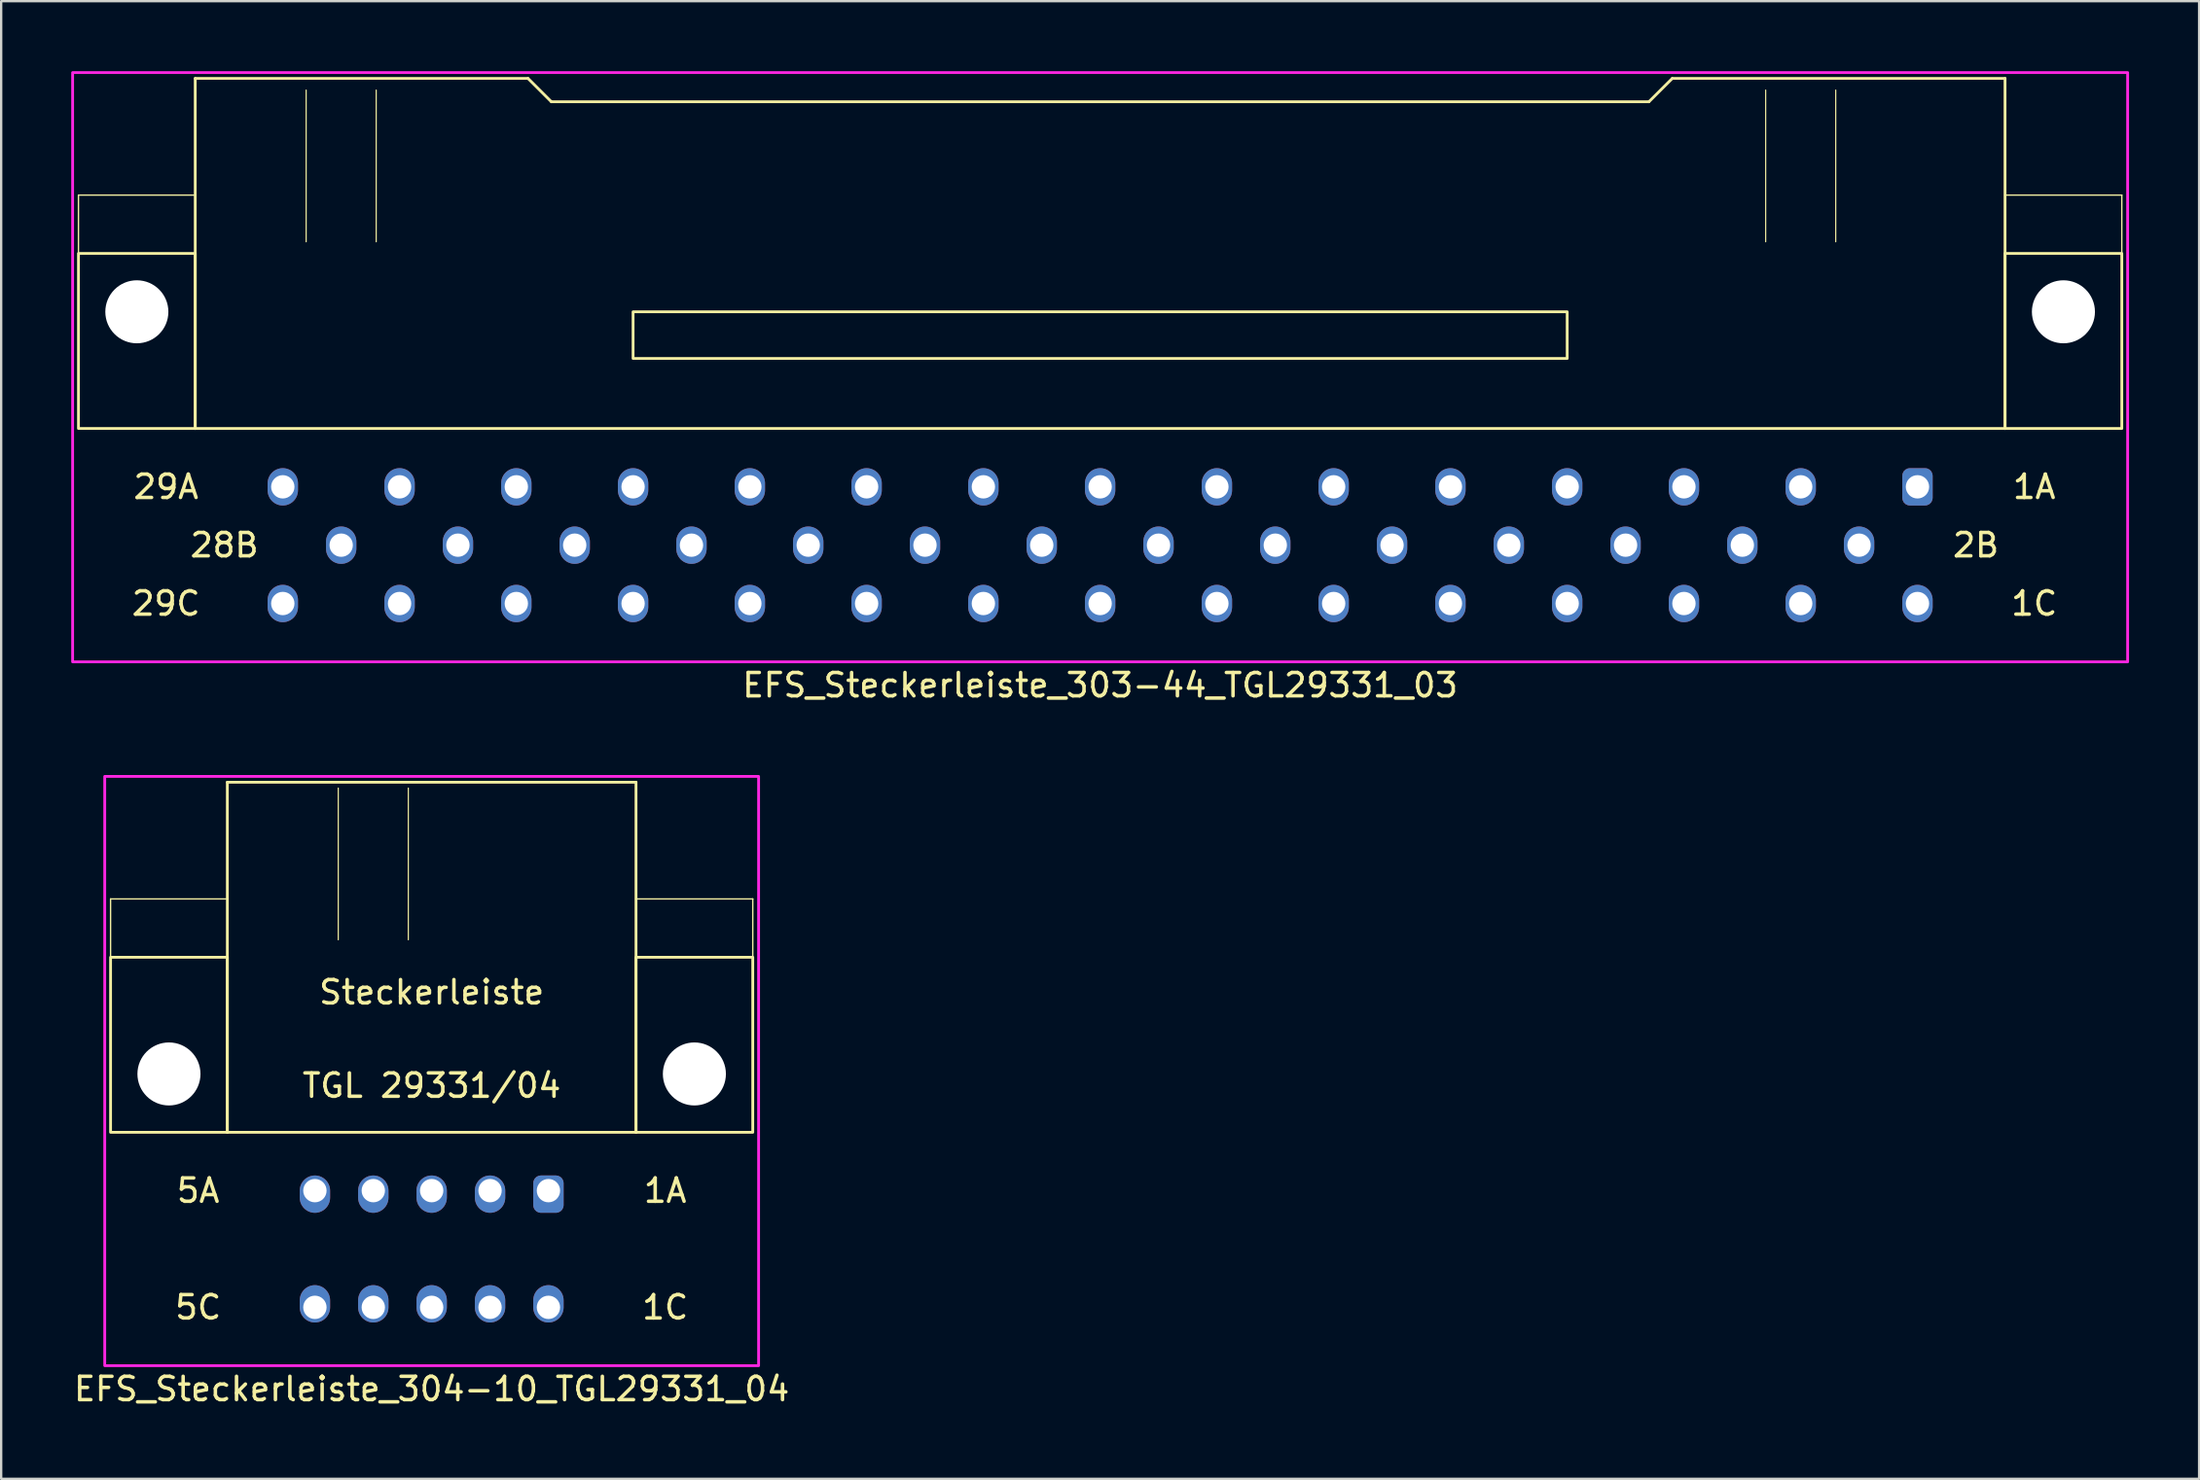
<source format=kicad_pcb>
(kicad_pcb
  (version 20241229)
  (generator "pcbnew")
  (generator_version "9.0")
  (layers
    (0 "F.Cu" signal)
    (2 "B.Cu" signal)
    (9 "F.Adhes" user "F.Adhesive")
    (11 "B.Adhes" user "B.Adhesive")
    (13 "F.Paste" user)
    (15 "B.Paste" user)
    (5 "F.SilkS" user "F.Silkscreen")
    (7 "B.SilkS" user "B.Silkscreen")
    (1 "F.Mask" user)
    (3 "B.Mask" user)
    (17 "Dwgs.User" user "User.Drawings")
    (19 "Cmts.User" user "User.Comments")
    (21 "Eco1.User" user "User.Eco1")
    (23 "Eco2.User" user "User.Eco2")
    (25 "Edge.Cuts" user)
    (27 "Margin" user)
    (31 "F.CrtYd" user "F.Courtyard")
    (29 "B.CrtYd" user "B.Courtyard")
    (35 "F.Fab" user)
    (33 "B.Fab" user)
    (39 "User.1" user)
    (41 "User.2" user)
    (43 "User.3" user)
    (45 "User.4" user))
  (footprint "EFS_Steckerleiste_304-10_TGL29331_04"
    (layer "F.Cu")
    (at 15.435 35.468)
    (property "Reference" "EFS_Steckerleiste_304-10_TGL29331_04" (at 0 21 180) (layer "F.SilkS") (effects (font (size 1 1) (thickness 0.15))))
    (attr through_hole)
    (fp_line (start -13.75 0) (end -13.75 2.5) (stroke (width 0.06) (type solid)) (layer "F.SilkS"))
    (fp_line (start -8.75 -5) (end -8.75 10) (stroke (width 0.12) (type solid)) (layer "F.SilkS"))
    (fp_line (start -8.75 -5) (end 8.75 -5) (stroke (width 0.12) (type solid)) (layer "F.SilkS"))
    (fp_line (start -8.75 0) (end -13.75 0) (stroke (width 0.06) (type solid)) (layer "F.SilkS"))
    (fp_line (start -8.75 10) (end 8.75 10) (stroke (width 0.12) (type solid)) (layer "F.SilkS"))
    (fp_line (start -4 -4.75) (end -4 1.75) (stroke (width 0.05) (type solid)) (layer "F.SilkS"))
    (fp_line (start -1 -4.75) (end -1 1.75) (stroke (width 0.05) (type solid)) (layer "F.SilkS"))
    (fp_line (start 8.75 10) (end 8.75 -5) (stroke (width 0.12) (type solid)) (layer "F.SilkS"))
    (fp_line (start 13.75 0) (end 8.75 0) (stroke (width 0.06) (type solid)) (layer "F.SilkS"))
    (fp_line (start 13.75 0) (end 13.75 2.5) (stroke (width 0.06) (type solid)) (layer "F.SilkS"))
    (fp_rect (start -8.75 10) (end -13.75 2.5) (stroke (width 0.12) (type solid)) (fill no) (layer "F.SilkS"))
    (fp_rect (start 13.75 10) (end 8.75 2.5) (stroke (width 0.12) (type solid)) (fill no) (layer "F.SilkS"))
    (fp_rect (start -14 -5.25) (end 14 20) (stroke (width 0.12) (type solid)) (fill no) (layer "F.CrtYd"))
    (fp_text user "Steckerleiste" (at 0 4 0) (unlocked yes) (layer "F.SilkS") (effects (font (size 1 1) (thickness 0.15))))
    (fp_text user "1A" (at 10 12.5 0) (layer "F.SilkS") (effects (font (size 1 1) (thickness 0.15))))
    (fp_text user "5A" (at -10 12.5 0) (layer "F.SilkS") (effects (font (size 1 1) (thickness 0.15))))
    (fp_text user "TGL 29331/04" (at 0 8 0) (unlocked yes) (layer "F.SilkS") (effects (font (size 1 1) (thickness 0.15))))
    (fp_text user "1C" (at 10 17.5 0) (layer "F.SilkS") (effects (font (size 1 1) (thickness 0.15))))
    (fp_text user "5C" (at -10 17.5 0) (layer "F.SilkS") (effects (font (size 1 1) (thickness 0.15))))
    (pad "" np_thru_hole circle (at -11.25 7.5) (size 2.7 2.7) (drill 2.7) (layers "*.Cu" "*.Mask"))
    (pad "" np_thru_hole circle (at 11.25 7.5) (size 2.7 2.7) (drill 2.7) (layers "*.Cu" "*.Mask"))
    (pad "1a" thru_hole roundrect (at 5 12.5 180) (size 1.3 1.6) (drill 1 (offset 0 -0.15)) (layers "*.Cu" "*.Mask") (roundrect_rratio 0.25))
    (pad "1c" thru_hole oval (at 5 17.5 180) (size 1.3 1.6) (drill 1 (offset 0 0.15)) (layers "*.Cu" "*.Mask"))
    (pad "2a" thru_hole oval (at 2.5 12.5 180) (size 1.3 1.6) (drill 1 (offset 0 -0.15)) (layers "*.Cu" "*.Mask"))
    (pad "2c" thru_hole oval (at 2.5 17.5 180) (size 1.3 1.6) (drill 1 (offset 0 0.15)) (layers "*.Cu" "*.Mask"))
    (pad "3a" thru_hole oval (at 0 12.5 180) (size 1.3 1.6) (drill 1 (offset 0 -0.15)) (layers "*.Cu" "*.Mask"))
    (pad "3c" thru_hole oval (at 0 17.5 180) (size 1.3 1.6) (drill 1 (offset 0 0.15)) (layers "*.Cu" "*.Mask"))
    (pad "4a" thru_hole oval (at -2.5 12.5 180) (size 1.3 1.6) (drill 1 (offset 0 -0.15)) (layers "*.Cu" "*.Mask"))
    (pad "4c" thru_hole oval (at -2.5 17.5 180) (size 1.3 1.6) (drill 1 (offset 0 0.15)) (layers "*.Cu" "*.Mask"))
    (pad "5a" thru_hole oval (at -5 12.5 180) (size 1.3 1.6) (drill 1 (offset 0 -0.15)) (layers "*.Cu" "*.Mask"))
    (pad "5c" thru_hole oval (at -5 17.5 180) (size 1.3 1.6) (drill 1 (offset 0 0.15)) (layers "*.Cu" "*.Mask")))
  (footprint "EFS_Steckerleiste_303-44_TGL29331_03"
    (layer "F.Cu")
    (at 44.06 5.31)
    (property "Reference" "EFS_Steckerleiste_303-44_TGL29331_03" (at 0 21 180) (layer "F.SilkS") (effects (font (size 1 1) (thickness 0.15))))
    (attr through_hole)
    (fp_line (start -43.75 0) (end -43.75 2.5) (stroke (width 0.06) (type solid)) (layer "F.SilkS"))
    (fp_line (start -38.75 -5) (end -38.75 10) (stroke (width 0.12) (type solid)) (layer "F.SilkS"))
    (fp_line (start -38.75 -5) (end -24.5 -5) (stroke (width 0.12) (type solid)) (layer "F.SilkS"))
    (fp_line (start -38.75 0) (end -43.75 0) (stroke (width 0.06) (type solid)) (layer "F.SilkS"))
    (fp_line (start -38.75 10) (end 38.75 10) (stroke (width 0.12) (type solid)) (layer "F.SilkS"))
    (fp_line (start -34 -4.5) (end -34 2) (stroke (width 0.05) (type solid)) (layer "F.SilkS"))
    (fp_line (start -31 -4.5) (end -31 2) (stroke (width 0.05) (type solid)) (layer "F.SilkS"))
    (fp_line (start -24.5 -5) (end -23.5 -4) (stroke (width 0.12) (type solid)) (layer "F.SilkS"))
    (fp_line (start -23.5 -4) (end 23.5 -4) (stroke (width 0.12) (type solid)) (layer "F.SilkS"))
    (fp_line (start 24.5 -5) (end 23.5 -4) (stroke (width 0.12) (type solid)) (layer "F.SilkS"))
    (fp_line (start 28.5 -4.5) (end 28.5 2) (stroke (width 0.05) (type solid)) (layer "F.SilkS"))
    (fp_line (start 31.5 -4.5) (end 31.5 2) (stroke (width 0.05) (type solid)) (layer "F.SilkS"))
    (fp_line (start 38.75 -5) (end 24.5 -5) (stroke (width 0.12) (type solid)) (layer "F.SilkS"))
    (fp_line (start 38.75 10) (end 38.75 -5) (stroke (width 0.12) (type solid)) (layer "F.SilkS"))
    (fp_line (start 43.75 0) (end 38.75 0) (stroke (width 0.06) (type solid)) (layer "F.SilkS"))
    (fp_line (start 43.75 0) (end 43.75 2.5) (stroke (width 0.06) (type solid)) (layer "F.SilkS"))
    (fp_rect (start -38.75 10) (end -43.75 2.5) (stroke (width 0.12) (type solid)) (fill no) (layer "F.SilkS"))
    (fp_rect (start -20 7) (end 20 5) (stroke (width 0.12) (type solid)) (fill no) (layer "F.SilkS"))
    (fp_rect (start 43.75 10) (end 38.75 2.5) (stroke (width 0.12) (type solid)) (fill no) (layer "F.SilkS"))
    (fp_rect (start -44 -5.25) (end 44 20) (stroke (width 0.12) (type solid)) (fill no) (layer "F.CrtYd"))
    (fp_text user "1C" (at 40 17.5 0) (layer "F.SilkS") (effects (font (size 1 1) (thickness 0.15))))
    (fp_text user "29A" (at -40 12.5 0) (layer "F.SilkS") (effects (font (size 1 1) (thickness 0.15))))
    (fp_text user "29C" (at -40 17.5 0) (layer "F.SilkS") (effects (font (size 1 1) (thickness 0.15))))
    (fp_text user "2B" (at 37.5 15 0) (layer "F.SilkS") (effects (font (size 1 1) (thickness 0.15))))
    (fp_text user "28B" (at -37.5 15 0) (layer "F.SilkS") (effects (font (size 1 1) (thickness 0.15))))
    (fp_text user "1A" (at 40 12.5 0) (layer "F.SilkS") (effects (font (size 1 1) (thickness 0.15))))
    (pad "" np_thru_hole circle (at -41.25 5) (size 2.7 2.7) (drill 2.7) (layers "*.Cu" "*.Mask"))
    (pad "" np_thru_hole circle (at 41.25 5) (size 2.7 2.7) (drill 2.7) (layers "*.Cu" "*.Mask"))
    (pad "1a" thru_hole roundrect (at 35 12.5) (size 1.3 1.6) (drill 1) (layers "*.Cu" "*.Mask") (roundrect_rratio 0.25))
    (pad "1c" thru_hole oval (at 35 17.5) (size 1.3 1.6) (drill 1) (layers "*.Cu" "*.Mask"))
    (pad "2b" thru_hole oval (at 32.5 15) (size 1.3 1.6) (drill 1) (layers "*.Cu" "*.Mask"))
    (pad "3a" thru_hole oval (at 30 12.5) (size 1.3 1.6) (drill 1) (layers "*.Cu" "*.Mask"))
    (pad "3c" thru_hole oval (at 30 17.5) (size 1.3 1.6) (drill 1) (layers "*.Cu" "*.Mask"))
    (pad "4b" thru_hole oval (at 27.5 15) (size 1.3 1.6) (drill 1) (layers "*.Cu" "*.Mask"))
    (pad "5a" thru_hole oval (at 25 12.5) (size 1.3 1.6) (drill 1) (layers "*.Cu" "*.Mask"))
    (pad "5c" thru_hole oval (at 25 17.5) (size 1.3 1.6) (drill 1) (layers "*.Cu" "*.Mask"))
    (pad "6b" thru_hole oval (at 22.5 15) (size 1.3 1.6) (drill 1) (layers "*.Cu" "*.Mask"))
    (pad "7a" thru_hole oval (at 20 12.5) (size 1.3 1.6) (drill 1) (layers "*.Cu" "*.Mask"))
    (pad "7c" thru_hole oval (at 20 17.5) (size 1.3 1.6) (drill 1) (layers "*.Cu" "*.Mask"))
    (pad "8b" thru_hole oval (at 17.5 15) (size 1.3 1.6) (drill 1) (layers "*.Cu" "*.Mask"))
    (pad "9a" thru_hole oval (at 15 12.5) (size 1.3 1.6) (drill 1) (layers "*.Cu" "*.Mask"))
    (pad "9c" thru_hole oval (at 15 17.5) (size 1.3 1.6) (drill 1) (layers "*.Cu" "*.Mask"))
    (pad "10b" thru_hole oval (at 12.5 15) (size 1.3 1.6) (drill 1) (layers "*.Cu" "*.Mask"))
    (pad "11a" thru_hole oval (at 10 12.5) (size 1.3 1.6) (drill 1) (layers "*.Cu" "*.Mask"))
    (pad "11c" thru_hole oval (at 10 17.5) (size 1.3 1.6) (drill 1) (layers "*.Cu" "*.Mask"))
    (pad "12b" thru_hole oval (at 7.5 15) (size 1.3 1.6) (drill 1) (layers "*.Cu" "*.Mask"))
    (pad "13a" thru_hole oval (at 5 12.5) (size 1.3 1.6) (drill 1) (layers "*.Cu" "*.Mask"))
    (pad "13c" thru_hole oval (at 5 17.5) (size 1.3 1.6) (drill 1) (layers "*.Cu" "*.Mask"))
    (pad "14b" thru_hole oval (at 2.5 15) (size 1.3 1.6) (drill 1) (layers "*.Cu" "*.Mask"))
    (pad "15a" thru_hole oval (at 0 12.5) (size 1.3 1.6) (drill 1) (layers "*.Cu" "*.Mask"))
    (pad "15c" thru_hole oval (at 0 17.5) (size 1.3 1.6) (drill 1) (layers "*.Cu" "*.Mask"))
    (pad "16b" thru_hole oval (at -2.5 15) (size 1.3 1.6) (drill 1) (layers "*.Cu" "*.Mask"))
    (pad "17a" thru_hole oval (at -5 12.5) (size 1.3 1.6) (drill 1) (layers "*.Cu" "*.Mask"))
    (pad "17c" thru_hole oval (at -5 17.5) (size 1.3 1.6) (drill 1) (layers "*.Cu" "*.Mask"))
    (pad "18b" thru_hole oval (at -7.5 15) (size 1.3 1.6) (drill 1) (layers "*.Cu" "*.Mask"))
    (pad "19a" thru_hole oval (at -10 12.5) (size 1.3 1.6) (drill 1) (layers "*.Cu" "*.Mask"))
    (pad "19c" thru_hole oval (at -10 17.5) (size 1.3 1.6) (drill 1) (layers "*.Cu" "*.Mask"))
    (pad "20b" thru_hole oval (at -12.5 15) (size 1.3 1.6) (drill 1) (layers "*.Cu" "*.Mask"))
    (pad "21a" thru_hole oval (at -15 12.5) (size 1.3 1.6) (drill 1) (layers "*.Cu" "*.Mask"))
    (pad "21c" thru_hole oval (at -15 17.5) (size 1.3 1.6) (drill 1) (layers "*.Cu" "*.Mask"))
    (pad "22b" thru_hole oval (at -17.5 15) (size 1.3 1.6) (drill 1) (layers "*.Cu" "*.Mask"))
    (pad "23a" thru_hole oval (at -20 12.5) (size 1.3 1.6) (drill 1) (layers "*.Cu" "*.Mask"))
    (pad "23c" thru_hole oval (at -20 17.5) (size 1.3 1.6) (drill 1) (layers "*.Cu" "*.Mask"))
    (pad "24b" thru_hole oval (at -22.5 15) (size 1.3 1.6) (drill 1) (layers "*.Cu" "*.Mask"))
    (pad "25a" thru_hole oval (at -25 12.5) (size 1.3 1.6) (drill 1) (layers "*.Cu" "*.Mask"))
    (pad "25c" thru_hole oval (at -25 17.5) (size 1.3 1.6) (drill 1) (layers "*.Cu" "*.Mask"))
    (pad "26b" thru_hole oval (at -27.5 15) (size 1.3 1.6) (drill 1) (layers "*.Cu" "*.Mask"))
    (pad "27a" thru_hole oval (at -30 12.5) (size 1.3 1.6) (drill 1) (layers "*.Cu" "*.Mask"))
    (pad "27c" thru_hole oval (at -30 17.5) (size 1.3 1.6) (drill 1) (layers "*.Cu" "*.Mask"))
    (pad "28b" thru_hole oval (at -32.5 15) (size 1.3 1.6) (drill 1) (layers "*.Cu" "*.Mask"))
    (pad "29a" thru_hole oval (at -35 12.5) (size 1.3 1.6) (drill 1) (layers "*.Cu" "*.Mask"))
    (pad "29c" thru_hole oval (at -35 17.5) (size 1.3 1.6) (drill 1) (layers "*.Cu" "*.Mask")))
  (gr_rect
    (start -3 -3)
    (end 91.12 60.316)
    (stroke (width 0.1) (type default))
    (fill no)
    (layer "Edge.Cuts")))
</source>
